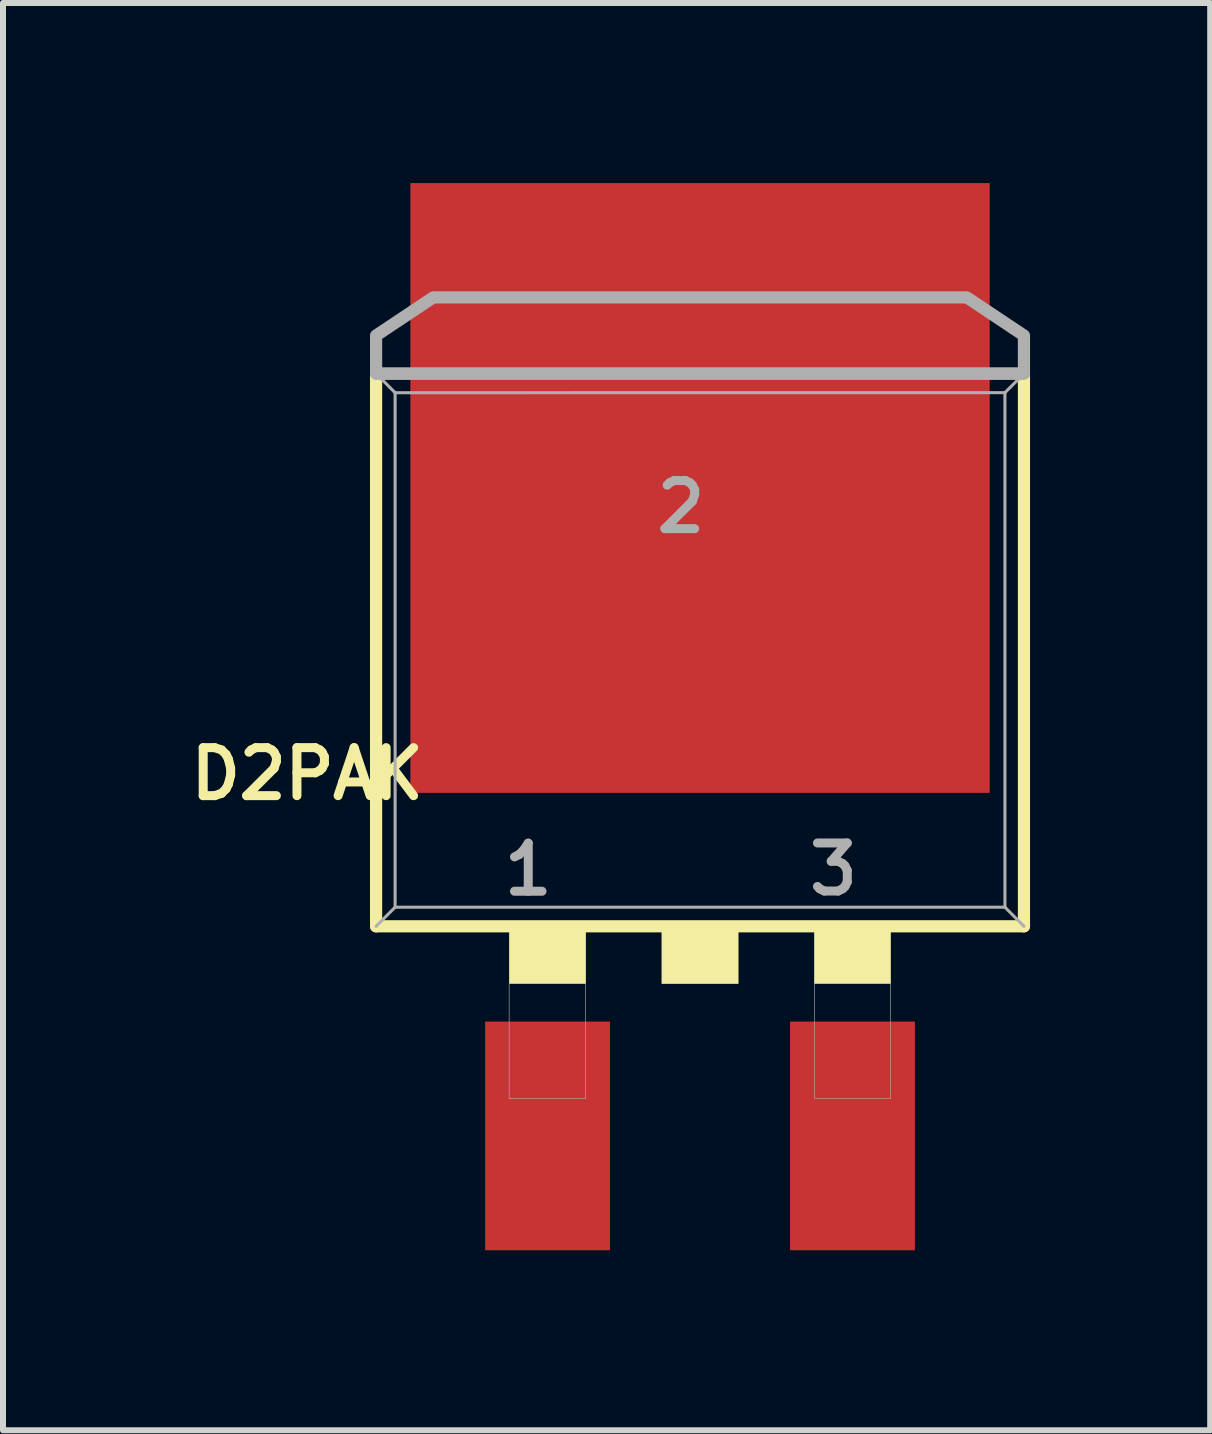
<source format=kicad_pcb>
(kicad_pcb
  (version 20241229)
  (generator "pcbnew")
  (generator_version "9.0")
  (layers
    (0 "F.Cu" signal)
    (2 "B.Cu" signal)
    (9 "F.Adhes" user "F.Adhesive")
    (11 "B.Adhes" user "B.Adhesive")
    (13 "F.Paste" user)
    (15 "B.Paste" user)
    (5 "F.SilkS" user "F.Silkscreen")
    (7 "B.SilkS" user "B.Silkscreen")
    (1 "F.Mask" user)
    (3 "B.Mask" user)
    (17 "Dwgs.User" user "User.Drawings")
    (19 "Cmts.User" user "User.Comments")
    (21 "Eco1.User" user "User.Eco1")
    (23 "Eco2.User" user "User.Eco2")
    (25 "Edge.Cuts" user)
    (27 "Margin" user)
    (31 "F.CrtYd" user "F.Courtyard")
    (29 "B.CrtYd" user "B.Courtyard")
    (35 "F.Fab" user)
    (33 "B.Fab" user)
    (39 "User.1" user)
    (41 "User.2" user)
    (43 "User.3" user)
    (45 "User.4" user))
  (footprint "D2PAK"
    (layer "F.Cu")
    (at 8.613 7.62)
    (property "Reference" "D2PAK" (at -6.544 2.224 180) (layer "F.SilkS") (effects (font (size 0.8 0.8) (thickness 0.15))))
    (attr smd)
    (fp_line (start -5.397 4.763) (end -5.397 -4.445) (stroke (width 0.203) (type solid)) (layer "F.SilkS"))
    (fp_line (start 5.397 -4.445) (end 5.397 4.763) (stroke (width 0.203) (type solid)) (layer "F.SilkS"))
    (fp_line (start 5.397 4.763) (end -5.397 4.763) (stroke (width 0.203) (type solid)) (layer "F.SilkS"))
    (fp_poly (pts (xy -3.177 4.763) (xy -1.905 4.763) (xy -1.905 5.719) (xy -3.177 5.719)) (stroke (width 0.01) (type solid)) (fill yes) (layer "F.SilkS"))
    (fp_poly (pts (xy -0.635 4.762) (xy 0.635 4.762) (xy 0.635 5.718) (xy -0.635 5.718)) (stroke (width 0.01) (type solid)) (fill yes) (layer "F.SilkS"))
    (fp_poly (pts (xy 1.906 4.763) (xy 3.175 4.763) (xy 3.175 5.718) (xy 1.906 5.718)) (stroke (width 0.01) (type solid)) (fill yes) (layer "F.SilkS"))
    (fp_line (start -5.397 -4.445) (end 5.397 -4.445) (stroke (width 0.203) (type solid)) (layer "F.Fab"))
    (fp_line (start -5.08 -4.127) (end -5.397 -4.445) (stroke (width 0.051) (type solid)) (layer "F.Fab"))
    (fp_line (start -5.08 -4.127) (end 5.08 -4.128) (stroke (width 0.051) (type solid)) (layer "F.Fab"))
    (fp_line (start -5.08 4.445) (end -5.397 4.763) (stroke (width 0.051) (type solid)) (layer "F.Fab"))
    (fp_line (start -5.08 4.445) (end -5.08 -4.127) (stroke (width 0.051) (type solid)) (layer "F.Fab"))
    (fp_line (start -5.08 4.445) (end 5.08 4.445) (stroke (width 0.051) (type solid)) (layer "F.Fab"))
    (fp_line (start 5.08 -4.128) (end 5.08 4.445) (stroke (width 0.051) (type solid)) (layer "F.Fab"))
    (fp_line (start 5.08 -4.128) (end 5.397 -4.445) (stroke (width 0.051) (type solid)) (layer "F.Fab"))
    (fp_line (start 5.08 4.445) (end 5.397 4.763) (stroke (width 0.051) (type solid)) (layer "F.Fab"))
    (fp_poly (pts (xy -3.18 5.715) (xy -1.905 5.715) (xy -1.905 7.633) (xy -3.18 7.633)) (stroke (width 0.01) (type solid)) (fill no) (layer "F.Fab"))
    (fp_poly (pts (xy 1.908 5.715) (xy 3.175 5.715) (xy 3.175 7.631) (xy 1.908 7.631)) (stroke (width 0.01) (type solid)) (fill no) (layer "F.Fab"))
    (fp_poly (pts (xy -5.397 -4.445) (xy -5.397 -5.08) (xy -4.445 -5.715) (xy 4.445 -5.715) (xy 5.397 -5.08) (xy 5.397 -4.445)) (stroke (width 0.203) (type solid)) (fill no) (layer "F.Fab"))
    (fp_text user "2" (at -0.318 -2.225 0) (layer "F.Fab") (effects (font (size 0.801 0.801) (thickness 0.15))))
    (fp_text user "3" (at 2.224 3.813 0) (layer "F.Fab") (effects (font (size 0.801 0.801) (thickness 0.15))))
    (fp_text user "1" (at -2.862 3.816 0) (layer "F.Fab") (effects (font (size 0.801 0.801) (thickness 0.15))))
    (pad "1" smd rect (at -2.54 8.255 180) (size 2.08 3.81) (layers "F.Cu" "F.Mask" "F.Paste"))
    (pad "2" smd rect (at 0 -2.54 270) (size 10.16 9.652) (layers "F.Cu" "F.Mask" "F.Paste"))
    (pad "3" smd rect (at 2.54 8.255 180) (size 2.08 3.81) (layers "F.Cu" "F.Mask" "F.Paste")))
  (gr_rect
    (start -3 -3)
    (end 17.113 20.78)
    (stroke (width 0.1) (type default))
    (fill no)
    (layer "Edge.Cuts")))
</source>
